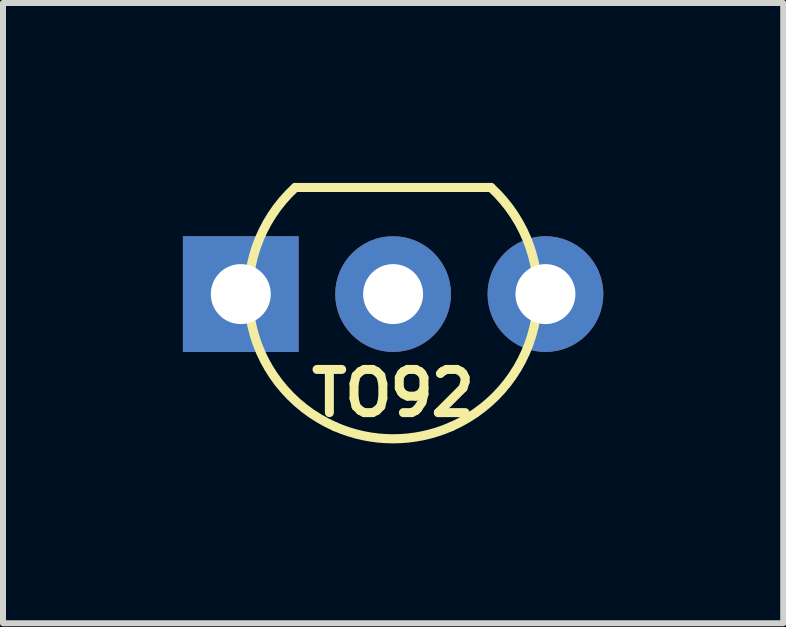
<source format=kicad_pcb>
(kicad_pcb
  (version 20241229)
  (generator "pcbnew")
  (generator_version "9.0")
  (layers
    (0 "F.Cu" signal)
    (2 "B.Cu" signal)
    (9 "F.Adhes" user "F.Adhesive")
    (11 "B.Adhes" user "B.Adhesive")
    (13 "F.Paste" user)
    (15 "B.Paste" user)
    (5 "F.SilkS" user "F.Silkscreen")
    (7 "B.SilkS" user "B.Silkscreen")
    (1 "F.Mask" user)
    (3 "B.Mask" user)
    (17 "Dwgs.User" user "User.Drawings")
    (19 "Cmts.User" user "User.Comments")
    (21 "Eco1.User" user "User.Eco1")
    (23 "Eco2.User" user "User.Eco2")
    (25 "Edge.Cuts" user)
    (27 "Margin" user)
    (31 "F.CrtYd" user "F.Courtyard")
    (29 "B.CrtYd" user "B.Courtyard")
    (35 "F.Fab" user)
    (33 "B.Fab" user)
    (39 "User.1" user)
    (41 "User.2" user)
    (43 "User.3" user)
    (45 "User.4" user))
  (footprint "TO92"
    (layer "F.Cu")
    (at 3.505 1.854)
    (property "Reference" "TO92" (at 0 1.651 0) (layer "F.SilkS") (effects (font (size 0.72 0.72) (thickness 0.15))))
    (attr through_hole)
    (fp_line (start 1.631 -1.778) (end -1.631 -1.778) (stroke (width 0.152) (type solid)) (layer "F.SilkS"))
    (fp_arc (start -0.9689 2.209799) (mid -2.380094 0.395238) (end -1.631 -1.778) (stroke (width 0.1524) (type solid)) (layer "F.SilkS"))
    (fp_arc (start 0.9692 2.2098) (mid 0 2.412999) (end -0.9692 2.2098) (stroke (width 0.1524) (type solid)) (layer "F.SilkS"))
    (fp_arc (start 1.631001 -1.778) (mid 2.380096 0.395238) (end 0.9689 2.2098) (stroke (width 0.1524) (type solid)) (layer "F.SilkS"))
    (pad "1" thru_hole rect (at -2.54 0) (size 1.93 1.93) (drill 1) (layers "*.Cu" "*.Mask"))
    (pad "2" thru_hole circle (at 0 0) (size 1.93 1.93) (drill 1) (layers "*.Cu" "*.Mask"))
    (pad "3" thru_hole circle (at 2.54 0) (size 1.93 1.93) (drill 1) (layers "*.Cu" "*.Mask")))
  (gr_rect
    (start -3 -3)
    (end 10.01 7.343)
    (stroke (width 0.1) (type default))
    (fill no)
    (layer "Edge.Cuts")))
</source>
